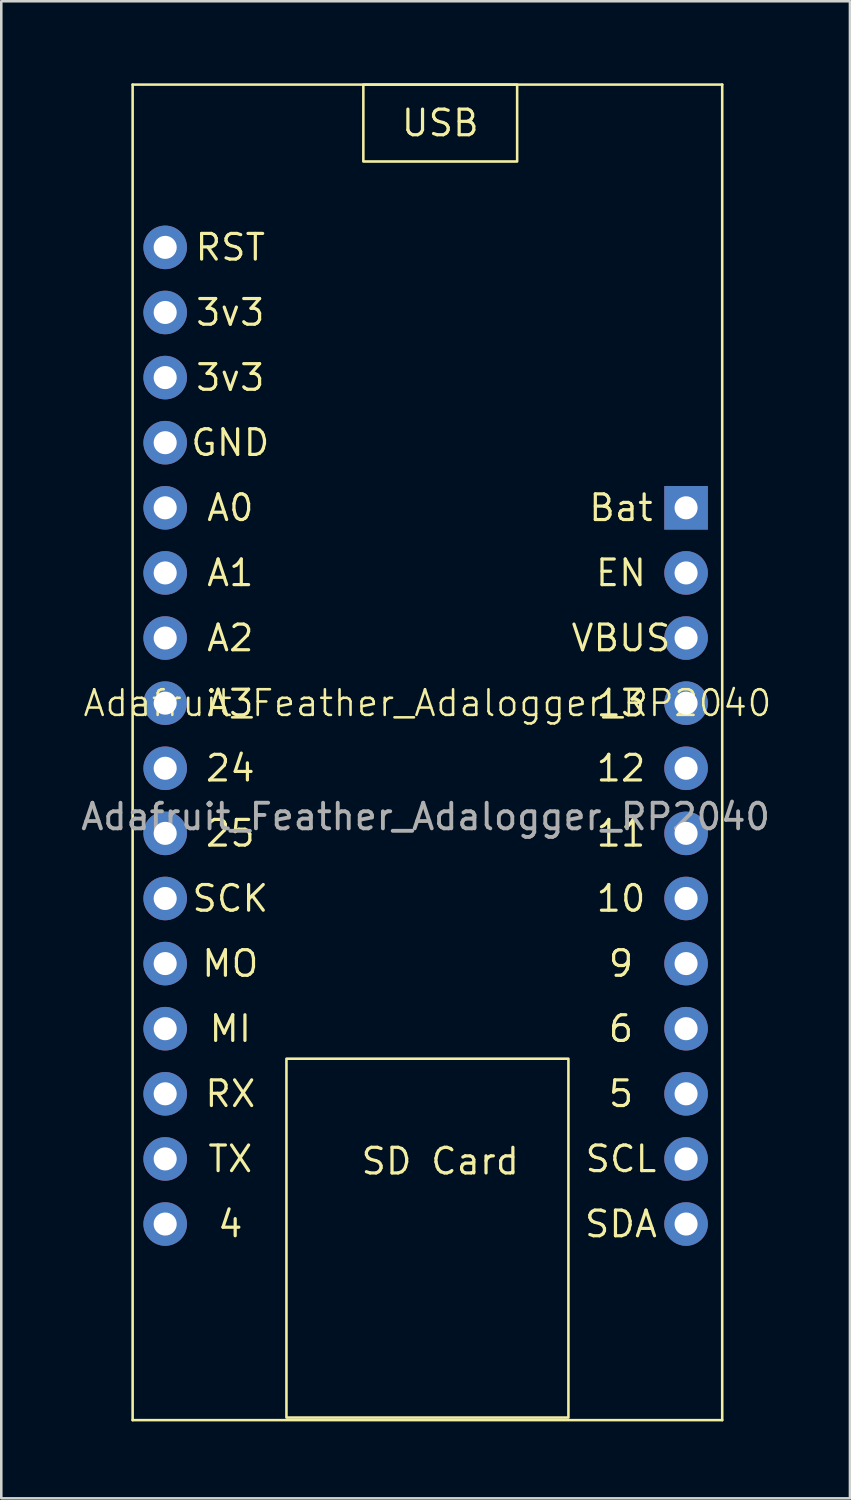
<source format=kicad_pcb>
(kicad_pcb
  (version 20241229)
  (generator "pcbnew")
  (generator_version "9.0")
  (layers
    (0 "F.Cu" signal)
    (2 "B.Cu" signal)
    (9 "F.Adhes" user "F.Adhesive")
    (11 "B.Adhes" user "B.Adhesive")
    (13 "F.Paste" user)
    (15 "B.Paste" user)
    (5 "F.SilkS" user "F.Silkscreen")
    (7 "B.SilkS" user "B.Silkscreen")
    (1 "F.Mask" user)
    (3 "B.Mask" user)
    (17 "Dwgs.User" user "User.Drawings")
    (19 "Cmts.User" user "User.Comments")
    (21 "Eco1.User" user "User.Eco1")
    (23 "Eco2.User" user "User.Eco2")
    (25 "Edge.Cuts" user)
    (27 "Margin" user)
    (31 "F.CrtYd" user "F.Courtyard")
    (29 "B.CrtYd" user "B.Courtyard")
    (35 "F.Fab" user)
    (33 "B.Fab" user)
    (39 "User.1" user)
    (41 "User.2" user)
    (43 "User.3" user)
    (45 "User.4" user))
  (footprint "Adafruit_Feather_Adalogger_RP2040"
    (layer "F.Cu")
    (at 2.124 0.25)
    (property "Reference" "Adafruit_Feather_Adalogger_RP2040" (at 11.5 24.13 0) (unlocked yes) (layer "F.SilkS") (effects (font (size 1 1) (thickness 0.1))))
    (attr smd)
    (fp_line (start 0 0) (end 23 0) (stroke (width 0.1) (type default)) (layer "F.SilkS"))
    (fp_line (start 0 52.1) (end 0 0) (stroke (width 0.1) (type default)) (layer "F.SilkS"))
    (fp_line (start 23 0) (end 23 52.1) (stroke (width 0.1) (type default)) (layer "F.SilkS"))
    (fp_line (start 23 52.1) (end 0 52.1) (stroke (width 0.1) (type default)) (layer "F.SilkS"))
    (fp_rect (start 6 38) (end 17 52) (stroke (width 0.1) (type default)) (fill no) (layer "F.SilkS"))
    (fp_rect (start 9 0) (end 15 3) (stroke (width 0.1) (type default)) (fill no) (layer "F.SilkS"))
    (fp_text user "10" (at 19.05 31.75 0) (unlocked yes) (layer "F.SilkS") (effects (font (size 1 1) (thickness 0.125))))
    (fp_text user "A1" (at 3.81 19.05 0) (unlocked yes) (layer "F.SilkS") (effects (font (size 1 1) (thickness 0.125))))
    (fp_text user "11" (at 19.05 29.21 0) (unlocked yes) (layer "F.SilkS") (effects (font (size 1 1) (thickness 0.125))))
    (fp_text user "4" (at 3.81 44.45 0) (unlocked yes) (layer "F.SilkS") (effects (font (size 1 1) (thickness 0.125))))
    (fp_text user "TX" (at 3.81 41.91 0) (unlocked yes) (layer "F.SilkS") (effects (font (size 1 1) (thickness 0.125))))
    (fp_text user "3v3" (at 3.81 11.43 0) (unlocked yes) (layer "F.SilkS") (effects (font (size 1 1) (thickness 0.125))))
    (fp_text user "MO" (at 3.81 34.29 0) (unlocked yes) (layer "F.SilkS") (effects (font (size 1 1) (thickness 0.125))))
    (fp_text user "5" (at 19.05 39.37 0) (unlocked yes) (layer "F.SilkS") (effects (font (size 1 1) (thickness 0.125))))
    (fp_text user "A2" (at 3.81 21.59 0) (unlocked yes) (layer "F.SilkS") (effects (font (size 1 1) (thickness 0.125))))
    (fp_text user "A3" (at 3.81 24.13 0) (unlocked yes) (layer "F.SilkS") (effects (font (size 1 1) (thickness 0.125))))
    (fp_text user "A0" (at 3.81 16.51 0) (unlocked yes) (layer "F.SilkS") (effects (font (size 1 1) (thickness 0.125))))
    (fp_text user "USB" (at 12 1.5 0) (unlocked yes) (layer "F.SilkS") (effects (font (size 1 1) (thickness 0.125))))
    (fp_text user "13" (at 19.05 24.13 0) (unlocked yes) (layer "F.SilkS") (effects (font (size 1 1) (thickness 0.125))))
    (fp_text user "24" (at 3.81 26.67 0) (unlocked yes) (layer "F.SilkS") (effects (font (size 1 1) (thickness 0.125))))
    (fp_text user "25" (at 3.81 29.21 0) (unlocked yes) (layer "F.SilkS") (effects (font (size 1 1) (thickness 0.125))))
    (fp_text user "RST" (at 3.81 6.35 0) (unlocked yes) (layer "F.SilkS") (effects (font (size 1 1) (thickness 0.125))))
    (fp_text user "RX" (at 3.81 39.37 0) (unlocked yes) (layer "F.SilkS") (effects (font (size 1 1) (thickness 0.125))))
    (fp_text user "SDA" (at 19.05 44.45 0) (unlocked yes) (layer "F.SilkS") (effects (font (size 1 1) (thickness 0.125))))
    (fp_text user "12" (at 19.05 26.67 0) (unlocked yes) (layer "F.SilkS") (effects (font (size 1 1) (thickness 0.125))))
    (fp_text user "9" (at 19.05 34.29 0) (unlocked yes) (layer "F.SilkS") (effects (font (size 1 1) (thickness 0.125))))
    (fp_text user "SCL" (at 19.05 41.91 0) (unlocked yes) (layer "F.SilkS") (effects (font (size 1 1) (thickness 0.125))))
    (fp_text user "MI" (at 3.81 36.83 0) (unlocked yes) (layer "F.SilkS") (effects (font (size 1 1) (thickness 0.125))))
    (fp_text user "3v3" (at 3.81 8.89 0) (unlocked yes) (layer "F.SilkS") (effects (font (size 1 1) (thickness 0.125))))
    (fp_text user "SD Card" (at 12 42 0) (unlocked yes) (layer "F.SilkS") (effects (font (size 1 1) (thickness 0.125))))
    (fp_text user "VBUS" (at 19.05 21.59 0) (unlocked yes) (layer "F.SilkS") (effects (font (size 1 1) (thickness 0.125))))
    (fp_text user "SCK" (at 3.81 31.75 0) (unlocked yes) (layer "F.SilkS") (effects (font (size 1 1) (thickness 0.125))))
    (fp_text user "6" (at 19.05 36.83 0) (unlocked yes) (layer "F.SilkS") (effects (font (size 1 1) (thickness 0.125))))
    (fp_text user "Bat" (at 19.05 16.51 0) (unlocked yes) (layer "F.SilkS") (effects (font (size 1 1) (thickness 0.125))))
    (fp_text user "EN" (at 19.05 19.05 0) (unlocked yes) (layer "F.SilkS") (effects (font (size 1 1) (thickness 0.125))))
    (fp_text user "GND" (at 3.81 13.97 0) (unlocked yes) (layer "F.SilkS") (effects (font (size 1 1) (thickness 0.125))))
    (fp_text user "${REFERENCE}" (at 11.43 28.56 0) (unlocked yes) (layer "F.Fab") (effects (font (size 1 1) (thickness 0.15))))
    (pad "1" thru_hole circle (at 21.59 44.45 90) (size 1.7 1.7) (drill 0.9) (layers "*.Cu" "*.Mask"))
    (pad "2" thru_hole circle (at 21.59 41.91 90) (size 1.7 1.7) (drill 0.9) (layers "*.Cu" "*.Mask"))
    (pad "3" thru_hole circle (at 21.59 39.37 90) (size 1.7 1.7) (drill 0.9) (layers "*.Cu" "*.Mask"))
    (pad "4" thru_hole circle (at 21.59 36.83 90) (size 1.7 1.7) (drill 0.9) (layers "*.Cu" "*.Mask"))
    (pad "5" thru_hole circle (at 21.59 34.29 90) (size 1.7 1.7) (drill 0.9) (layers "*.Cu" "*.Mask"))
    (pad "6" thru_hole circle (at 21.59 31.75 90) (size 1.7 1.7) (drill 0.9) (layers "*.Cu" "*.Mask"))
    (pad "7" thru_hole circle (at 21.59 29.21 90) (size 1.7 1.7) (drill 0.9) (layers "*.Cu" "*.Mask"))
    (pad "8" thru_hole circle (at 21.59 26.67 90) (size 1.7 1.7) (drill 0.9) (layers "*.Cu" "*.Mask"))
    (pad "9" thru_hole circle (at 21.59 24.13 90) (size 1.7 1.7) (drill 0.9) (layers "*.Cu" "*.Mask"))
    (pad "10" thru_hole circle (at 21.59 21.59 90) (size 1.7 1.7) (drill 0.9) (layers "*.Cu" "*.Mask"))
    (pad "11" thru_hole circle (at 21.59 19.05 90) (size 1.7 1.7) (drill 0.9) (layers "*.Cu" "*.Mask"))
    (pad "12" thru_hole rect (at 21.59 16.51 90) (size 1.7 1.7) (drill 0.9) (layers "*.Cu" "*.Mask"))
    (pad "13" thru_hole circle (at 1.27 44.45 90) (size 1.7 1.7) (drill 0.9) (layers "*.Cu" "*.Mask"))
    (pad "14" thru_hole circle (at 1.27 41.91 90) (size 1.7 1.7) (drill 0.9) (layers "*.Cu" "*.Mask"))
    (pad "15" thru_hole circle (at 1.27 39.37 90) (size 1.7 1.7) (drill 0.9) (layers "*.Cu" "*.Mask"))
    (pad "16" thru_hole circle (at 1.27 36.83 90) (size 1.7 1.7) (drill 0.9) (layers "*.Cu" "*.Mask"))
    (pad "17" thru_hole circle (at 1.27 34.29 90) (size 1.7 1.7) (drill 0.9) (layers "*.Cu" "*.Mask"))
    (pad "18" thru_hole circle (at 1.27 31.75 90) (size 1.7 1.7) (drill 0.9) (layers "*.Cu" "*.Mask"))
    (pad "19" thru_hole circle (at 1.27 29.21 90) (size 1.7 1.7) (drill 0.9) (layers "*.Cu" "*.Mask"))
    (pad "20" thru_hole circle (at 1.27 26.67 90) (size 1.7 1.7) (drill 0.9) (layers "*.Cu" "*.Mask"))
    (pad "21" thru_hole circle (at 1.27 24.13 90) (size 1.7 1.7) (drill 0.9) (layers "*.Cu" "*.Mask"))
    (pad "22" thru_hole circle (at 1.27 21.59 90) (size 1.7 1.7) (drill 0.9) (layers "*.Cu" "*.Mask"))
    (pad "23" thru_hole circle (at 1.27 19.05 90) (size 1.7 1.7) (drill 0.9) (layers "*.Cu" "*.Mask"))
    (pad "24" thru_hole circle (at 1.27 16.51 90) (size 1.7 1.7) (drill 0.9) (layers "*.Cu" "*.Mask"))
    (pad "25" thru_hole circle (at 1.27 13.97 90) (size 1.7 1.7) (drill 0.9) (layers "*.Cu" "*.Mask"))
    (pad "26" thru_hole circle (at 1.27 11.43 90) (size 1.7 1.7) (drill 0.9) (layers "*.Cu" "*.Mask"))
    (pad "27" thru_hole circle (at 1.27 8.89 90) (size 1.7 1.7) (drill 0.9) (layers "*.Cu" "*.Mask"))
    (pad "28" thru_hole circle (at 1.27 6.35 90) (size 1.7 1.7) (drill 0.9) (layers "*.Cu" "*.Mask"))
    (zone (net_name "") (layer "F.SilkS") (hatch edge 0.5) (connect_pads) (min_thickness 0.25) (filled_areas_thickness no) (keepout (tracks allowed) (vias allowed) (pads not_allowed) (copperpour allowed) (footprints not_allowed)) (placement (enabled no)) (fill) (polygon (pts (xy 2.124 0.25) (xy 25.124 0.25) (xy 25.124 52.35) (xy 2.124 52.35)))))
  (gr_rect
    (start -3 -3)
    (end 30.107 55.4)
    (stroke (width 0.1) (type default))
    (fill no)
    (layer "Edge.Cuts")))
</source>
